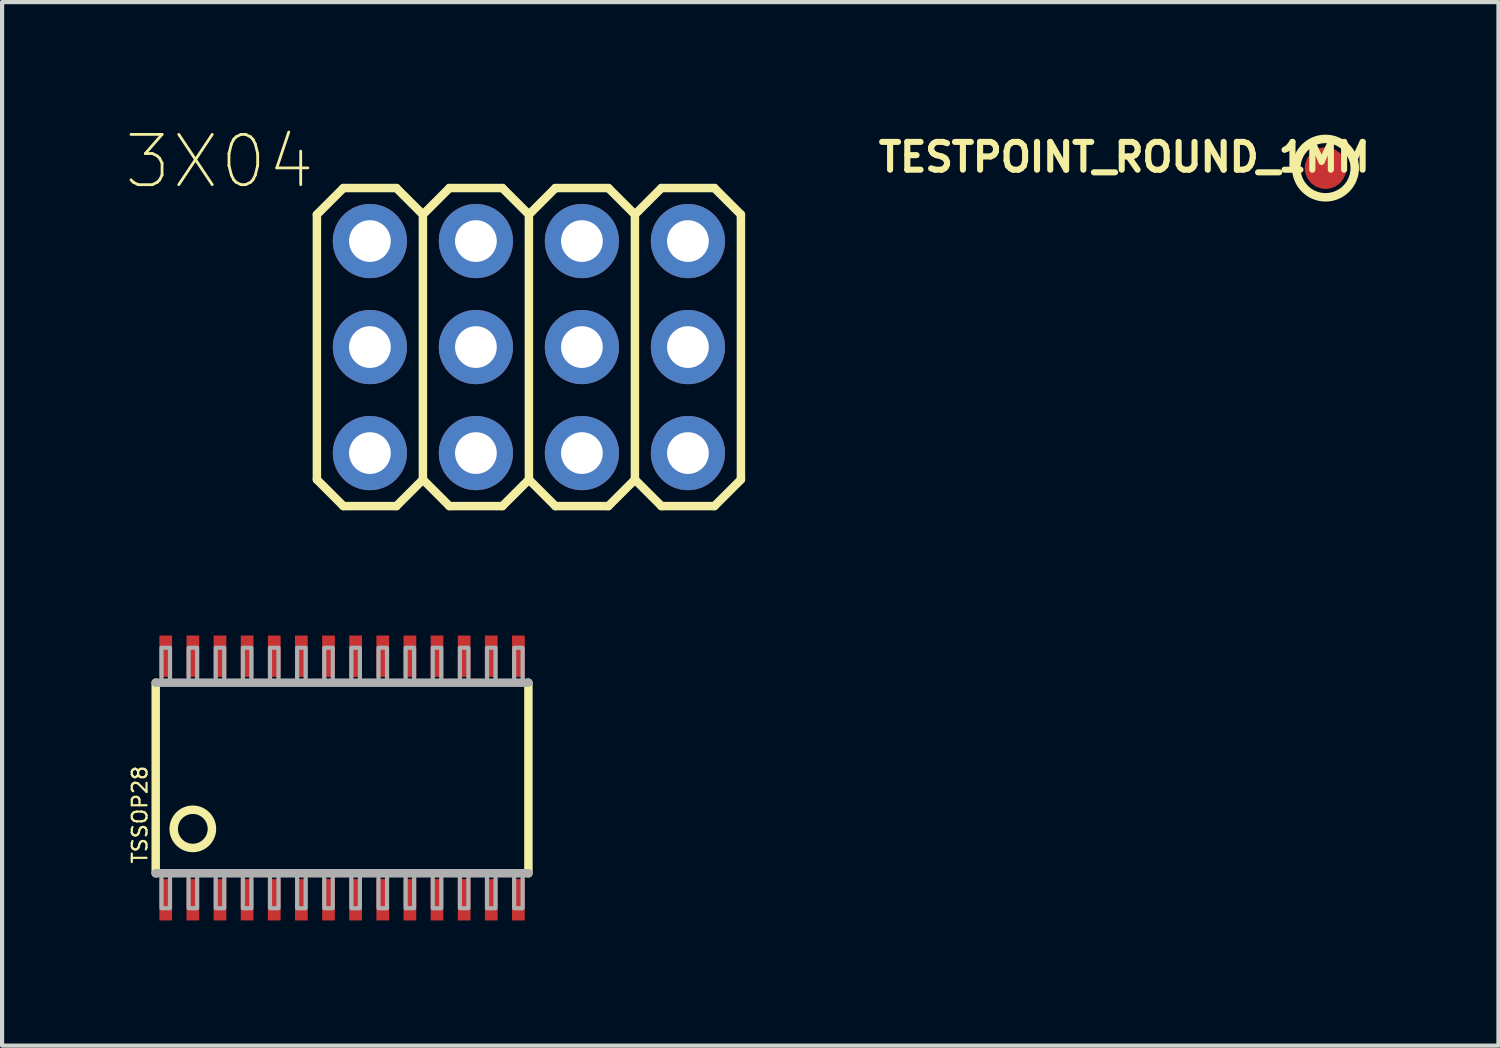
<source format=kicad_pcb>
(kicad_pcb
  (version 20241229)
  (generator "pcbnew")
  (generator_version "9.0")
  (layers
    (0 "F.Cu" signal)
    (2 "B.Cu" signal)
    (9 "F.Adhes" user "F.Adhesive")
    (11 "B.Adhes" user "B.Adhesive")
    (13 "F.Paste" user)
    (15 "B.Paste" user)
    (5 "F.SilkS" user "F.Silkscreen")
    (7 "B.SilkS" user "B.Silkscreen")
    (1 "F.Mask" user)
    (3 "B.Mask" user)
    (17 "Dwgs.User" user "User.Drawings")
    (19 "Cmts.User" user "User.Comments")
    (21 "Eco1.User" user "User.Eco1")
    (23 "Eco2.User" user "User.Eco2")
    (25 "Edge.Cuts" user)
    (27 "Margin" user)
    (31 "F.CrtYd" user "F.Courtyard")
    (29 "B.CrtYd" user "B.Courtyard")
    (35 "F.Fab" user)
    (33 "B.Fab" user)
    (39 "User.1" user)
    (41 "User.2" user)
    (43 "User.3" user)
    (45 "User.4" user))
  (footprint "TSSOP28"
    (layer "F.Cu")
    (at 5.146 15.591)
    (property "Reference" "TSSOP28" (at -4.846 2.083 90) (layer "F.SilkS") (effects (font (size 0.353 0.353) (thickness 0.053)) (justify left)))
    (fp_line (start -4.465 2.283) (end -4.465 -2.283) (stroke (width 0.203) (type solid)) (layer "F.SilkS"))
    (fp_line (start 4.465 -2.283) (end 4.465 2.283) (stroke (width 0.203) (type solid)) (layer "F.SilkS"))
    (fp_circle (center -3.576 1.219) (end -3.118 1.219) (stroke (width 0.203) (type solid)) (fill no) (layer "F.SilkS"))
    (fp_line (start -4.465 2.283) (end 4.465 2.283) (stroke (width 0.203) (type solid)) (layer "F.Fab"))
    (fp_line (start 4.465 -2.283) (end -4.465 -2.283) (stroke (width 0.203) (type solid)) (layer "F.Fab"))
    (fp_poly (pts (xy -4.327 -2.283) (xy -4.123 -2.283) (xy -4.123 -3.121) (xy -4.327 -3.121)) (stroke (width 0.1) (type solid)) (fill no) (layer "F.Fab"))
    (fp_poly (pts (xy -4.327 3.121) (xy -4.123 3.121) (xy -4.123 2.283) (xy -4.327 2.283)) (stroke (width 0.1) (type solid)) (fill no) (layer "F.Fab"))
    (fp_poly (pts (xy -3.677 -2.283) (xy -3.473 -2.283) (xy -3.473 -3.121) (xy -3.677 -3.121)) (stroke (width 0.1) (type solid)) (fill no) (layer "F.Fab"))
    (fp_poly (pts (xy -3.677 3.121) (xy -3.473 3.121) (xy -3.473 2.283) (xy -3.677 2.283)) (stroke (width 0.1) (type solid)) (fill no) (layer "F.Fab"))
    (fp_poly (pts (xy -3.027 -2.283) (xy -2.823 -2.283) (xy -2.823 -3.121) (xy -3.027 -3.121)) (stroke (width 0.1) (type solid)) (fill no) (layer "F.Fab"))
    (fp_poly (pts (xy -3.027 3.121) (xy -2.823 3.121) (xy -2.823 2.283) (xy -3.027 2.283)) (stroke (width 0.1) (type solid)) (fill no) (layer "F.Fab"))
    (fp_poly (pts (xy -2.377 -2.283) (xy -2.173 -2.283) (xy -2.173 -3.121) (xy -2.377 -3.121)) (stroke (width 0.1) (type solid)) (fill no) (layer "F.Fab"))
    (fp_poly (pts (xy -2.377 3.121) (xy -2.173 3.121) (xy -2.173 2.283) (xy -2.377 2.283)) (stroke (width 0.1) (type solid)) (fill no) (layer "F.Fab"))
    (fp_poly (pts (xy -1.727 -2.283) (xy -1.523 -2.283) (xy -1.523 -3.121) (xy -1.727 -3.121)) (stroke (width 0.1) (type solid)) (fill no) (layer "F.Fab"))
    (fp_poly (pts (xy -1.727 3.121) (xy -1.523 3.121) (xy -1.523 2.283) (xy -1.727 2.283)) (stroke (width 0.1) (type solid)) (fill no) (layer "F.Fab"))
    (fp_poly (pts (xy -1.077 -2.283) (xy -0.873 -2.283) (xy -0.873 -3.121) (xy -1.077 -3.121)) (stroke (width 0.1) (type solid)) (fill no) (layer "F.Fab"))
    (fp_poly (pts (xy -1.077 3.121) (xy -0.873 3.121) (xy -0.873 2.283) (xy -1.077 2.283)) (stroke (width 0.1) (type solid)) (fill no) (layer "F.Fab"))
    (fp_poly (pts (xy -0.427 -2.283) (xy -0.223 -2.283) (xy -0.223 -3.121) (xy -0.427 -3.121)) (stroke (width 0.1) (type solid)) (fill no) (layer "F.Fab"))
    (fp_poly (pts (xy -0.427 3.121) (xy -0.223 3.121) (xy -0.223 2.283) (xy -0.427 2.283)) (stroke (width 0.1) (type solid)) (fill no) (layer "F.Fab"))
    (fp_poly (pts (xy 0.223 -2.283) (xy 0.427 -2.283) (xy 0.427 -3.121) (xy 0.223 -3.121)) (stroke (width 0.1) (type solid)) (fill no) (layer "F.Fab"))
    (fp_poly (pts (xy 0.223 3.121) (xy 0.427 3.121) (xy 0.427 2.283) (xy 0.223 2.283)) (stroke (width 0.1) (type solid)) (fill no) (layer "F.Fab"))
    (fp_poly (pts (xy 0.873 -2.283) (xy 1.077 -2.283) (xy 1.077 -3.121) (xy 0.873 -3.121)) (stroke (width 0.1) (type solid)) (fill no) (layer "F.Fab"))
    (fp_poly (pts (xy 0.873 3.121) (xy 1.077 3.121) (xy 1.077 2.283) (xy 0.873 2.283)) (stroke (width 0.1) (type solid)) (fill no) (layer "F.Fab"))
    (fp_poly (pts (xy 1.523 -2.283) (xy 1.727 -2.283) (xy 1.727 -3.121) (xy 1.523 -3.121)) (stroke (width 0.1) (type solid)) (fill no) (layer "F.Fab"))
    (fp_poly (pts (xy 1.523 3.121) (xy 1.727 3.121) (xy 1.727 2.283) (xy 1.523 2.283)) (stroke (width 0.1) (type solid)) (fill no) (layer "F.Fab"))
    (fp_poly (pts (xy 2.173 -2.283) (xy 2.377 -2.283) (xy 2.377 -3.121) (xy 2.173 -3.121)) (stroke (width 0.1) (type solid)) (fill no) (layer "F.Fab"))
    (fp_poly (pts (xy 2.173 3.121) (xy 2.377 3.121) (xy 2.377 2.283) (xy 2.173 2.283)) (stroke (width 0.1) (type solid)) (fill no) (layer "F.Fab"))
    (fp_poly (pts (xy 2.823 -2.283) (xy 3.027 -2.283) (xy 3.027 -3.121) (xy 2.823 -3.121)) (stroke (width 0.1) (type solid)) (fill no) (layer "F.Fab"))
    (fp_poly (pts (xy 2.823 3.121) (xy 3.027 3.121) (xy 3.027 2.283) (xy 2.823 2.283)) (stroke (width 0.1) (type solid)) (fill no) (layer "F.Fab"))
    (fp_poly (pts (xy 3.473 -2.283) (xy 3.677 -2.283) (xy 3.677 -3.121) (xy 3.473 -3.121)) (stroke (width 0.1) (type solid)) (fill no) (layer "F.Fab"))
    (fp_poly (pts (xy 3.473 3.121) (xy 3.677 3.121) (xy 3.677 2.283) (xy 3.473 2.283)) (stroke (width 0.1) (type solid)) (fill no) (layer "F.Fab"))
    (fp_poly (pts (xy 4.123 -2.283) (xy 4.327 -2.283) (xy 4.327 -3.121) (xy 4.123 -3.121)) (stroke (width 0.1) (type solid)) (fill no) (layer "F.Fab"))
    (fp_poly (pts (xy 4.123 3.121) (xy 4.327 3.121) (xy 4.327 2.283) (xy 4.123 2.283)) (stroke (width 0.1) (type solid)) (fill no) (layer "F.Fab"))
    (pad "1" smd rect (at -4.225 2.918) (size 0.305 0.991) (layers "F.Cu" "F.Mask" "F.Paste"))
    (pad "2" smd rect (at -3.575 2.918) (size 0.305 0.991) (layers "F.Cu" "F.Mask" "F.Paste"))
    (pad "3" smd rect (at -2.925 2.918) (size 0.305 0.991) (layers "F.Cu" "F.Mask" "F.Paste"))
    (pad "4" smd rect (at -2.275 2.918) (size 0.305 0.991) (layers "F.Cu" "F.Mask" "F.Paste"))
    (pad "5" smd rect (at -1.625 2.918) (size 0.305 0.991) (layers "F.Cu" "F.Mask" "F.Paste"))
    (pad "6" smd rect (at -0.975 2.918) (size 0.305 0.991) (layers "F.Cu" "F.Mask" "F.Paste"))
    (pad "7" smd rect (at -0.325 2.918) (size 0.305 0.991) (layers "F.Cu" "F.Mask" "F.Paste"))
    (pad "8" smd rect (at 0.325 2.918) (size 0.305 0.991) (layers "F.Cu" "F.Mask" "F.Paste"))
    (pad "9" smd rect (at 0.975 2.918) (size 0.305 0.991) (layers "F.Cu" "F.Mask" "F.Paste"))
    (pad "10" smd rect (at 1.625 2.918) (size 0.305 0.991) (layers "F.Cu" "F.Mask" "F.Paste"))
    (pad "11" smd rect (at 2.275 2.918) (size 0.305 0.991) (layers "F.Cu" "F.Mask" "F.Paste"))
    (pad "12" smd rect (at 2.925 2.918) (size 0.305 0.991) (layers "F.Cu" "F.Mask" "F.Paste"))
    (pad "13" smd rect (at 3.575 2.918) (size 0.305 0.991) (layers "F.Cu" "F.Mask" "F.Paste"))
    (pad "14" smd rect (at 4.225 2.918) (size 0.305 0.991) (layers "F.Cu" "F.Mask" "F.Paste"))
    (pad "15" smd rect (at 4.225 -2.918) (size 0.305 0.991) (layers "F.Cu" "F.Mask" "F.Paste"))
    (pad "16" smd rect (at 3.575 -2.918) (size 0.305 0.991) (layers "F.Cu" "F.Mask" "F.Paste"))
    (pad "17" smd rect (at 2.925 -2.918) (size 0.305 0.991) (layers "F.Cu" "F.Mask" "F.Paste"))
    (pad "18" smd rect (at 2.275 -2.918) (size 0.305 0.991) (layers "F.Cu" "F.Mask" "F.Paste"))
    (pad "19" smd rect (at 1.625 -2.918) (size 0.305 0.991) (layers "F.Cu" "F.Mask" "F.Paste"))
    (pad "20" smd rect (at 0.975 -2.918) (size 0.305 0.991) (layers "F.Cu" "F.Mask" "F.Paste"))
    (pad "21" smd rect (at 0.325 -2.918) (size 0.305 0.991) (layers "F.Cu" "F.Mask" "F.Paste"))
    (pad "22" smd rect (at -0.325 -2.918) (size 0.305 0.991) (layers "F.Cu" "F.Mask" "F.Paste"))
    (pad "23" smd rect (at -0.975 -2.918) (size 0.305 0.991) (layers "F.Cu" "F.Mask" "F.Paste"))
    (pad "24" smd rect (at -1.625 -2.918) (size 0.305 0.991) (layers "F.Cu" "F.Mask" "F.Paste"))
    (pad "25" smd rect (at -2.275 -2.918) (size 0.305 0.991) (layers "F.Cu" "F.Mask" "F.Paste"))
    (pad "26" smd rect (at -2.925 -2.918) (size 0.305 0.991) (layers "F.Cu" "F.Mask" "F.Paste"))
    (pad "27" smd rect (at -3.575 -2.918) (size 0.305 0.991) (layers "F.Cu" "F.Mask" "F.Paste"))
    (pad "28" smd rect (at -4.225 -2.918) (size 0.305 0.991) (layers "F.Cu" "F.Mask" "F.Paste")))
  (footprint "3X04"
    (layer "F.Cu")
    (at 9.623 5.266)
    (property "Reference" "3X04" (at -5.08 -4.445 180) (layer "F.SilkS") (effects (font (size 1.203 1.203) (thickness 0.067)) (justify right)))
    (fp_line (start -5.08 -3.175) (end -4.445 -3.81) (stroke (width 0.203) (type solid)) (layer "F.SilkS"))
    (fp_line (start -5.08 3.175) (end -5.08 -3.175) (stroke (width 0.203) (type solid)) (layer "F.SilkS"))
    (fp_line (start -5.08 3.175) (end -4.445 3.81) (stroke (width 0.203) (type solid)) (layer "F.SilkS"))
    (fp_line (start -4.445 -3.81) (end -3.175 -3.81) (stroke (width 0.203) (type solid)) (layer "F.SilkS"))
    (fp_line (start -4.445 3.81) (end -3.175 3.81) (stroke (width 0.203) (type solid)) (layer "F.SilkS"))
    (fp_line (start -3.175 -3.81) (end -2.54 -3.175) (stroke (width 0.203) (type solid)) (layer "F.SilkS"))
    (fp_line (start -3.175 3.81) (end -2.54 3.175) (stroke (width 0.203) (type solid)) (layer "F.SilkS"))
    (fp_line (start -2.54 -3.175) (end -2.54 3.175) (stroke (width 0.203) (type solid)) (layer "F.SilkS"))
    (fp_line (start -2.54 -3.175) (end -1.905 -3.81) (stroke (width 0.203) (type solid)) (layer "F.SilkS"))
    (fp_line (start -2.54 3.175) (end -1.905 3.81) (stroke (width 0.203) (type solid)) (layer "F.SilkS"))
    (fp_line (start -1.905 -3.81) (end -0.635 -3.81) (stroke (width 0.203) (type solid)) (layer "F.SilkS"))
    (fp_line (start -1.905 3.81) (end -0.635 3.81) (stroke (width 0.203) (type solid)) (layer "F.SilkS"))
    (fp_line (start -0.635 -3.81) (end 0 -3.175) (stroke (width 0.203) (type solid)) (layer "F.SilkS"))
    (fp_line (start -0.635 3.81) (end 0 3.175) (stroke (width 0.203) (type solid)) (layer "F.SilkS"))
    (fp_line (start 0 -3.175) (end 0 3.175) (stroke (width 0.203) (type solid)) (layer "F.SilkS"))
    (fp_line (start 0 -3.175) (end 0.635 -3.81) (stroke (width 0.203) (type solid)) (layer "F.SilkS"))
    (fp_line (start 0 3.175) (end 0.635 3.81) (stroke (width 0.203) (type solid)) (layer "F.SilkS"))
    (fp_line (start 0.635 -3.81) (end 1.905 -3.81) (stroke (width 0.203) (type solid)) (layer "F.SilkS"))
    (fp_line (start 0.635 3.81) (end 1.905 3.81) (stroke (width 0.203) (type solid)) (layer "F.SilkS"))
    (fp_line (start 1.905 -3.81) (end 2.54 -3.175) (stroke (width 0.203) (type solid)) (layer "F.SilkS"))
    (fp_line (start 1.905 3.81) (end 2.54 3.175) (stroke (width 0.203) (type solid)) (layer "F.SilkS"))
    (fp_line (start 2.54 -3.175) (end 2.54 3.175) (stroke (width 0.203) (type solid)) (layer "F.SilkS"))
    (fp_line (start 2.54 -3.175) (end 3.175 -3.81) (stroke (width 0.203) (type solid)) (layer "F.SilkS"))
    (fp_line (start 2.54 3.175) (end 3.175 3.81) (stroke (width 0.203) (type solid)) (layer "F.SilkS"))
    (fp_line (start 3.175 -3.81) (end 4.445 -3.81) (stroke (width 0.203) (type solid)) (layer "F.SilkS"))
    (fp_line (start 3.175 3.81) (end 4.445 3.81) (stroke (width 0.203) (type solid)) (layer "F.SilkS"))
    (fp_line (start 4.445 -3.81) (end 5.08 -3.175) (stroke (width 0.203) (type solid)) (layer "F.SilkS"))
    (fp_line (start 4.445 3.81) (end 5.08 3.175) (stroke (width 0.203) (type solid)) (layer "F.SilkS"))
    (fp_line (start 5.08 -3.175) (end 5.08 3.175) (stroke (width 0.203) (type solid)) (layer "F.SilkS"))
    (fp_poly (pts (xy -4.064 -2.286) (xy -3.556 -2.286) (xy -3.556 -2.794) (xy -4.064 -2.794)) (stroke (width 0.1) (type solid)) (fill no) (layer "F.Fab"))
    (fp_poly (pts (xy -4.064 0.254) (xy -3.556 0.254) (xy -3.556 -0.254) (xy -4.064 -0.254)) (stroke (width 0.1) (type solid)) (fill no) (layer "F.Fab"))
    (fp_poly (pts (xy -4.064 2.794) (xy -3.556 2.794) (xy -3.556 2.286) (xy -4.064 2.286)) (stroke (width 0.1) (type solid)) (fill no) (layer "F.Fab"))
    (fp_poly (pts (xy -1.524 -2.286) (xy -1.016 -2.286) (xy -1.016 -2.794) (xy -1.524 -2.794)) (stroke (width 0.1) (type solid)) (fill no) (layer "F.Fab"))
    (fp_poly (pts (xy -1.524 0.254) (xy -1.016 0.254) (xy -1.016 -0.254) (xy -1.524 -0.254)) (stroke (width 0.1) (type solid)) (fill no) (layer "F.Fab"))
    (fp_poly (pts (xy -1.524 2.794) (xy -1.016 2.794) (xy -1.016 2.286) (xy -1.524 2.286)) (stroke (width 0.1) (type solid)) (fill no) (layer "F.Fab"))
    (fp_poly (pts (xy 1.016 -2.286) (xy 1.524 -2.286) (xy 1.524 -2.794) (xy 1.016 -2.794)) (stroke (width 0.1) (type solid)) (fill no) (layer "F.Fab"))
    (fp_poly (pts (xy 1.016 0.254) (xy 1.524 0.254) (xy 1.524 -0.254) (xy 1.016 -0.254)) (stroke (width 0.1) (type solid)) (fill no) (layer "F.Fab"))
    (fp_poly (pts (xy 1.016 2.794) (xy 1.524 2.794) (xy 1.524 2.286) (xy 1.016 2.286)) (stroke (width 0.1) (type solid)) (fill no) (layer "F.Fab"))
    (fp_poly (pts (xy 3.556 -2.286) (xy 4.064 -2.286) (xy 4.064 -2.794) (xy 3.556 -2.794)) (stroke (width 0.1) (type solid)) (fill no) (layer "F.Fab"))
    (fp_poly (pts (xy 3.556 0.254) (xy 4.064 0.254) (xy 4.064 -0.254) (xy 3.556 -0.254)) (stroke (width 0.1) (type solid)) (fill no) (layer "F.Fab"))
    (fp_poly (pts (xy 3.556 2.794) (xy 4.064 2.794) (xy 4.064 2.286) (xy 3.556 2.286)) (stroke (width 0.1) (type solid)) (fill no) (layer "F.Fab"))
    (pad "1" thru_hole circle (at -3.81 2.54) (size 1.778 1.778) (drill 1) (layers "*.Cu" "*.Mask"))
    (pad "2" thru_hole circle (at -3.81 0) (size 1.778 1.778) (drill 1) (layers "*.Cu" "*.Mask"))
    (pad "3" thru_hole circle (at -3.81 -2.54) (size 1.778 1.778) (drill 1) (layers "*.Cu" "*.Mask"))
    (pad "4" thru_hole circle (at -1.27 2.54) (size 1.778 1.778) (drill 1) (layers "*.Cu" "*.Mask"))
    (pad "5" thru_hole circle (at -1.27 0) (size 1.778 1.778) (drill 1) (layers "*.Cu" "*.Mask"))
    (pad "6" thru_hole circle (at -1.27 -2.54) (size 1.778 1.778) (drill 1) (layers "*.Cu" "*.Mask"))
    (pad "7" thru_hole circle (at 1.27 2.54) (size 1.778 1.778) (drill 1) (layers "*.Cu" "*.Mask"))
    (pad "8" thru_hole circle (at 1.27 0) (size 1.778 1.778) (drill 1) (layers "*.Cu" "*.Mask"))
    (pad "9" thru_hole circle (at 1.27 -2.54) (size 1.778 1.778) (drill 1) (layers "*.Cu" "*.Mask"))
    (pad "10" thru_hole circle (at 3.81 2.54) (size 1.778 1.778) (drill 1) (layers "*.Cu" "*.Mask"))
    (pad "11" thru_hole circle (at 3.81 0) (size 1.778 1.778) (drill 1) (layers "*.Cu" "*.Mask"))
    (pad "12" thru_hole circle (at 3.81 -2.54) (size 1.778 1.778) (drill 1) (layers "*.Cu" "*.Mask")))
  (footprint "TESTPOINT_ROUND_1MM"
    (layer "F.Cu")
    (at 28.711 0.978)
    (property "Reference" "TESTPOINT_ROUND_1MM" (at 1.143 0.127 0) (layer "F.SilkS") (effects (font (size 0.666 0.666) (thickness 0.146)) (justify right bottom)))
    (fp_circle (center 0 0) (end 0.7 0) (stroke (width 0.203) (type solid)) (fill no) (layer "F.SilkS"))
    (pad "P$1" smd roundrect (at 0 0 180) (size 1 1) (layers "F.Cu" "F.Mask") (roundrect_rratio 0.5)))
  (gr_rect
    (start -3 -3)
    (end 32.854 22.004)
    (stroke (width 0.1) (type default))
    (fill no)
    (layer "Edge.Cuts")))
</source>
